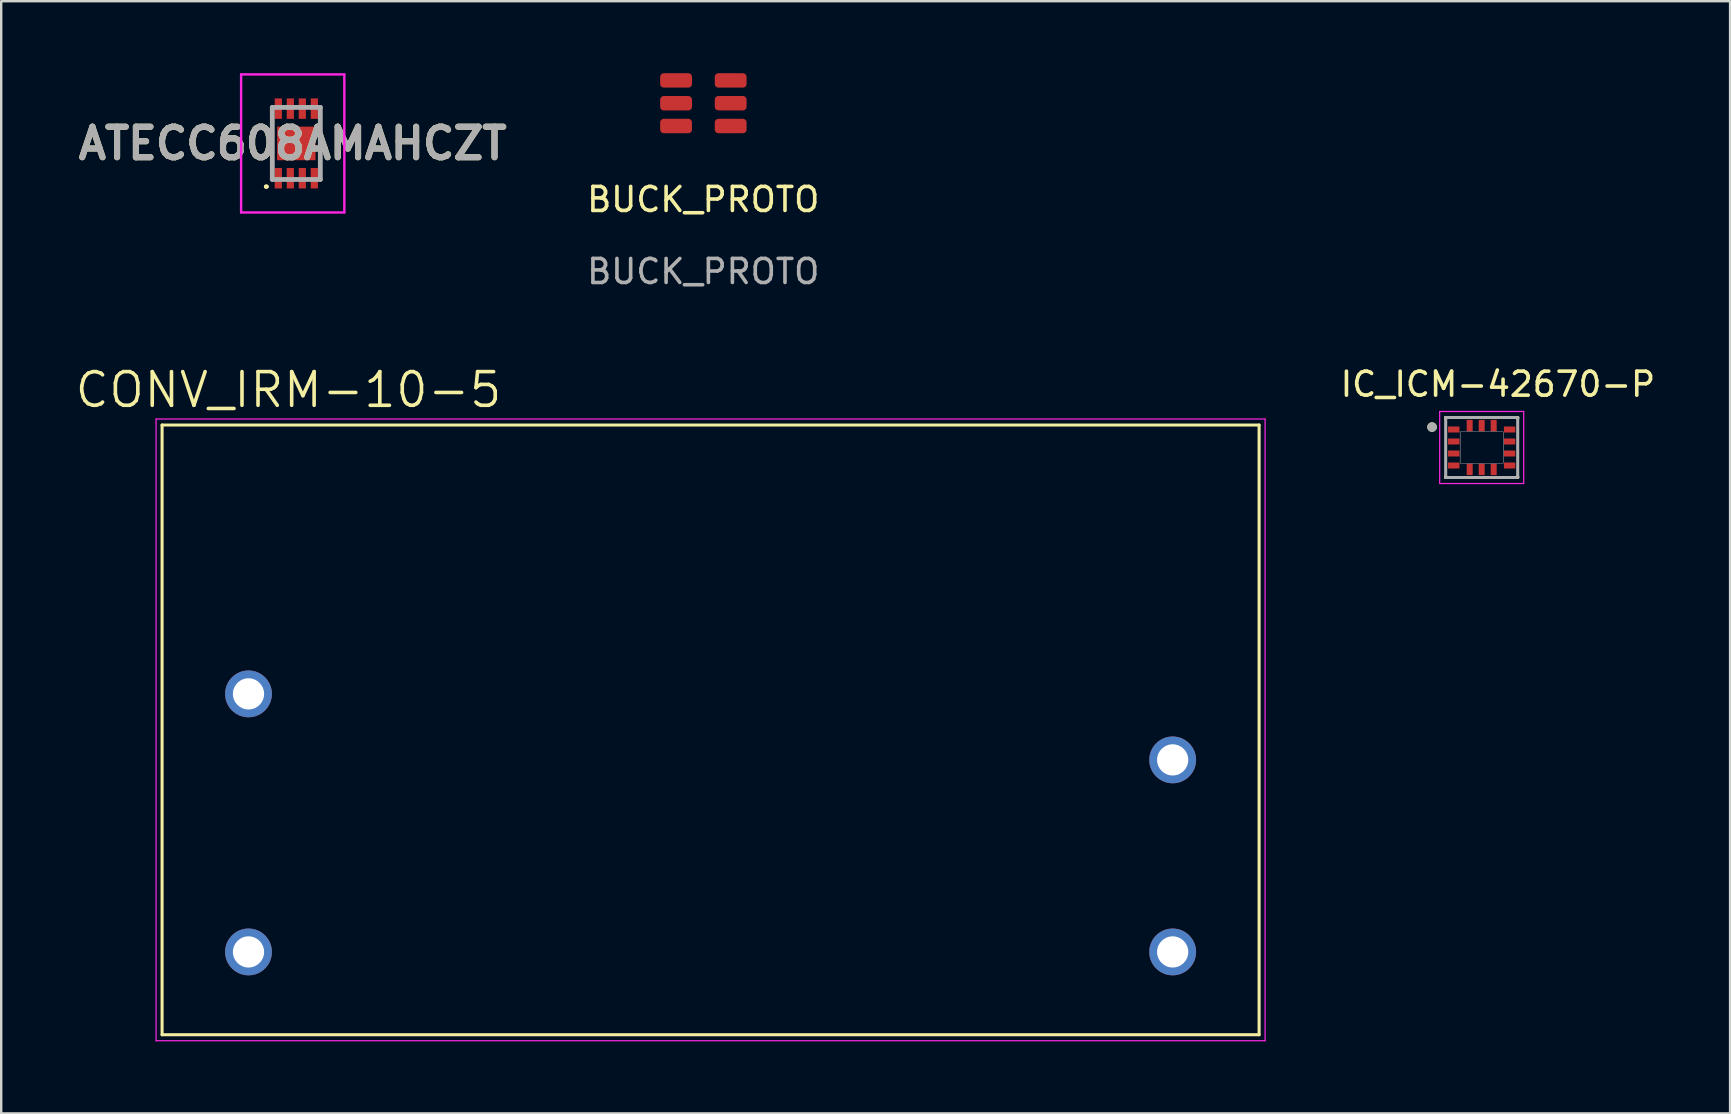
<source format=kicad_pcb>
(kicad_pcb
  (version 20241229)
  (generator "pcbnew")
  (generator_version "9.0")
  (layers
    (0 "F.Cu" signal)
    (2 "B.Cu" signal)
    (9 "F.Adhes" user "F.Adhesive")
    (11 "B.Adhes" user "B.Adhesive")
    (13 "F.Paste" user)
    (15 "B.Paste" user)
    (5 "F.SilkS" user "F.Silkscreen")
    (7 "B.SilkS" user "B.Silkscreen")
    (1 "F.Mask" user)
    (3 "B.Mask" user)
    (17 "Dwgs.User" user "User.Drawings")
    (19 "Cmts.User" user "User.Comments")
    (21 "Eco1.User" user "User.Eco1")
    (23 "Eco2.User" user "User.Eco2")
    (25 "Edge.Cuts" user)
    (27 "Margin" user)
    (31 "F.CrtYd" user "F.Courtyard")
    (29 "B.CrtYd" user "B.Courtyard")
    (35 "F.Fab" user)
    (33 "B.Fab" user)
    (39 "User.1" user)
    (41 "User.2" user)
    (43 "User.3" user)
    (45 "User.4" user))
  (footprint "BUCK_PROTO"
    (layer "F.Cu")
    (at 26.246 5.761)
    (property "Reference" "BUCK_PROTO" (at 0 -0.5 0) (unlocked yes) (layer "F.SilkS") (effects (font (size 1 1) (thickness 0.15))))
    (attr smd)
    (fp_text user "${REFERENCE}" (at 0 2.5 0) (unlocked yes) (layer "F.Fab") (effects (font (size 1 1) (thickness 0.15))))
    (pad "1" smd roundrect (at -1.132 -5.461) (size 1.325 0.6) (layers "F.Cu" "F.Mask" "F.Paste") (roundrect_rratio 0.25))
    (pad "2" smd roundrect (at -1.132 -4.511) (size 1.325 0.6) (layers "F.Cu" "F.Mask" "F.Paste") (roundrect_rratio 0.25))
    (pad "3" smd roundrect (at -1.132 -3.561) (size 1.325 0.6) (layers "F.Cu" "F.Mask" "F.Paste") (roundrect_rratio 0.25))
    (pad "4" smd roundrect (at 1.143 -3.561) (size 1.325 0.6) (layers "F.Cu" "F.Mask" "F.Paste") (roundrect_rratio 0.25))
    (pad "5" smd roundrect (at 1.143 -4.511) (size 1.325 0.6) (layers "F.Cu" "F.Mask" "F.Paste") (roundrect_rratio 0.25))
    (pad "6" smd roundrect (at 1.143 -5.461) (size 1.325 0.6) (layers "F.Cu" "F.Mask" "F.Paste") (roundrect_rratio 0.25)))
  (footprint "CONV_IRM-10-5"
    (layer "F.Cu")
    (at 26.552 27.356)
    (property "Reference" "CONV_IRM-10-5" (at -17.585 -14.164 0) (layer "F.SilkS") (effects (font (size 1.402 1.402) (thickness 0.15))))
    (attr through_hole)
    (fp_line (start -22.85 -12.7) (end 22.85 -12.7) (stroke (width 0.127) (type solid)) (layer "F.SilkS"))
    (fp_line (start -22.85 12.7) (end -22.85 -12.7) (stroke (width 0.127) (type solid)) (layer "F.SilkS"))
    (fp_line (start 22.85 -12.7) (end 22.85 12.7) (stroke (width 0.127) (type solid)) (layer "F.SilkS"))
    (fp_line (start 22.85 12.7) (end -22.85 12.7) (stroke (width 0.127) (type solid)) (layer "F.SilkS"))
    (fp_line (start -23.1 -12.95) (end 23.1 -12.95) (stroke (width 0.05) (type solid)) (layer "F.CrtYd"))
    (fp_line (start -23.1 12.95) (end -23.1 -12.95) (stroke (width 0.05) (type solid)) (layer "F.CrtYd"))
    (fp_line (start 23.1 -12.95) (end 23.1 12.95) (stroke (width 0.05) (type solid)) (layer "F.CrtYd"))
    (fp_line (start 23.1 12.95) (end -23.1 12.95) (stroke (width 0.05) (type solid)) (layer "F.CrtYd"))
    (pad "1" thru_hole circle (at -19.25 -1.5) (size 1.95 1.95) (drill 1.3) (layers "*.Cu" "*.Mask"))
    (pad "2" thru_hole circle (at -19.25 9.25) (size 1.95 1.95) (drill 1.3) (layers "*.Cu" "*.Mask"))
    (pad "3" thru_hole circle (at 19.25 9.25) (size 1.95 1.95) (drill 1.3) (layers "*.Cu" "*.Mask"))
    (pad "4" thru_hole circle (at 19.25 1.25) (size 1.95 1.95) (drill 1.3) (layers "*.Cu" "*.Mask")))
  (footprint "ATECC608AMAHCZT"
    (layer "F.Cu")
    (at 9.294 2.925)
    (property "Reference" "ATECC608AMAHCZT" (at -0.15 0 0) (layer "F.SilkS") (effects (font (size 1.27 1.27) (thickness 0.254))))
    (attr smd)
    (fp_line (start -1.3 1.8) (end -1.3 1.8) (stroke (width 0.1) (type solid)) (layer "F.SilkS"))
    (fp_line (start -1.2 1.8) (end -1.2 1.8) (stroke (width 0.1) (type solid)) (layer "F.SilkS"))
    (fp_line (start -1 -0.6) (end -1 0.8) (stroke (width 0.1) (type solid)) (layer "F.SilkS"))
    (fp_line (start 1 -0.6) (end 1 0.8) (stroke (width 0.1) (type solid)) (layer "F.SilkS"))
    (fp_arc (start -1.3 1.8) (mid -1.25 1.75) (end -1.2 1.8) (stroke (width 0.1) (type solid)) (layer "F.SilkS"))
    (fp_arc (start -1.2 1.8) (mid -1.25 1.85) (end -1.3 1.8) (stroke (width 0.1) (type solid)) (layer "F.SilkS"))
    (fp_line (start -2.3 -2.875) (end 2 -2.875) (stroke (width 0.1) (type solid)) (layer "F.CrtYd"))
    (fp_line (start -2.3 2.875) (end -2.3 -2.875) (stroke (width 0.1) (type solid)) (layer "F.CrtYd"))
    (fp_line (start 2 -2.875) (end 2 2.875) (stroke (width 0.1) (type solid)) (layer "F.CrtYd"))
    (fp_line (start 2 2.875) (end -2.3 2.875) (stroke (width 0.1) (type solid)) (layer "F.CrtYd"))
    (fp_line (start -1 -1.5) (end 1 -1.5) (stroke (width 0.2) (type solid)) (layer "F.Fab"))
    (fp_line (start -1 1.5) (end -1 -1.5) (stroke (width 0.2) (type solid)) (layer "F.Fab"))
    (fp_line (start 1 -1.5) (end 1 1.5) (stroke (width 0.2) (type solid)) (layer "F.Fab"))
    (fp_line (start 1 1.5) (end -1 1.5) (stroke (width 0.2) (type solid)) (layer "F.Fab"))
    (fp_text user "${REFERENCE}" (at -0.15 0 0) (layer "F.Fab") (effects (font (size 1.27 1.27) (thickness 0.254))))
    (pad "1" smd rect (at -0.75 1.45) (size 0.3 0.85) (layers "F.Cu" "F.Mask" "F.Paste"))
    (pad "2" smd rect (at -0.25 1.45) (size 0.3 0.85) (layers "F.Cu" "F.Mask" "F.Paste"))
    (pad "3" smd rect (at 0.25 1.45) (size 0.3 0.85) (layers "F.Cu" "F.Mask" "F.Paste"))
    (pad "4" smd rect (at 0.75 1.45) (size 0.3 0.85) (layers "F.Cu" "F.Mask" "F.Paste"))
    (pad "5" smd rect (at 0.75 -1.45) (size 0.3 0.85) (layers "F.Cu" "F.Mask" "F.Paste"))
    (pad "6" smd rect (at 0.25 -1.45) (size 0.3 0.85) (layers "F.Cu" "F.Mask" "F.Paste"))
    (pad "7" smd rect (at -0.25 -1.45) (size 0.3 0.85) (layers "F.Cu" "F.Mask" "F.Paste"))
    (pad "8" smd rect (at -0.75 -1.45) (size 0.3 0.85) (layers "F.Cu" "F.Mask" "F.Paste"))
    (pad "9" smd rect (at 0 0 90) (size 1.4 1.6) (layers "F.Cu" "F.Mask" "F.Paste")))
  (footprint "IC_ICM-42670-P"
    (layer "F.Cu")
    (at 58.675 15.592)
    (property "Reference" "IC_ICM-42670-P" (at 0.675 -2.635 0) (layer "F.SilkS") (effects (font (size 1 1) (thickness 0.15))))
    (attr through_hole)
    (fp_poly (pts (xy -1.45 -0.925) (xy -0.875 -0.925) (xy -0.875 -0.575) (xy -1.45 -0.575)) (stroke (width 0.01) (type solid)) (fill yes) (layer "F.Mask"))
    (fp_poly (pts (xy -1.45 -0.425) (xy -0.875 -0.425) (xy -0.875 -0.075) (xy -1.45 -0.075)) (stroke (width 0.01) (type solid)) (fill yes) (layer "F.Mask"))
    (fp_poly (pts (xy -1.45 0.075) (xy -0.875 0.075) (xy -0.875 0.425) (xy -1.45 0.425)) (stroke (width 0.01) (type solid)) (fill yes) (layer "F.Mask"))
    (fp_poly (pts (xy -1.45 0.575) (xy -0.875 0.575) (xy -0.875 0.925) (xy -1.45 0.925)) (stroke (width 0.01) (type solid)) (fill yes) (layer "F.Mask"))
    (fp_poly (pts (xy -0.675 -1.2) (xy -0.325 -1.2) (xy -0.325 -0.625) (xy -0.675 -0.625)) (stroke (width 0.01) (type solid)) (fill yes) (layer "F.Mask"))
    (fp_poly (pts (xy -0.675 0.625) (xy -0.325 0.625) (xy -0.325 1.2) (xy -0.675 1.2)) (stroke (width 0.01) (type solid)) (fill yes) (layer "F.Mask"))
    (fp_poly (pts (xy -0.175 -1.2) (xy 0.175 -1.2) (xy 0.175 -0.625) (xy -0.175 -0.625)) (stroke (width 0.01) (type solid)) (fill yes) (layer "F.Mask"))
    (fp_poly (pts (xy -0.175 0.625) (xy 0.175 0.625) (xy 0.175 1.2) (xy -0.175 1.2)) (stroke (width 0.01) (type solid)) (fill yes) (layer "F.Mask"))
    (fp_poly (pts (xy 0.325 -1.2) (xy 0.675 -1.2) (xy 0.675 -0.625) (xy 0.325 -0.625)) (stroke (width 0.01) (type solid)) (fill yes) (layer "F.Mask"))
    (fp_poly (pts (xy 0.325 0.625) (xy 0.675 0.625) (xy 0.675 1.2) (xy 0.325 1.2)) (stroke (width 0.01) (type solid)) (fill yes) (layer "F.Mask"))
    (fp_poly (pts (xy 0.875 -0.925) (xy 1.45 -0.925) (xy 1.45 -0.575) (xy 0.875 -0.575)) (stroke (width 0.01) (type solid)) (fill yes) (layer "F.Mask"))
    (fp_poly (pts (xy 0.875 -0.425) (xy 1.45 -0.425) (xy 1.45 -0.075) (xy 0.875 -0.075)) (stroke (width 0.01) (type solid)) (fill yes) (layer "F.Mask"))
    (fp_poly (pts (xy 0.875 0.075) (xy 1.45 0.075) (xy 1.45 0.425) (xy 0.875 0.425)) (stroke (width 0.01) (type solid)) (fill yes) (layer "F.Mask"))
    (fp_poly (pts (xy 0.875 0.575) (xy 1.45 0.575) (xy 1.45 0.925) (xy 0.875 0.925)) (stroke (width 0.01) (type solid)) (fill yes) (layer "F.Mask"))
    (fp_line (start -1.5 -1.25) (end -1.5 -1.195) (stroke (width 0.127) (type solid)) (layer "F.SilkS"))
    (fp_line (start -1.5 -1.25) (end -0.945 -1.25) (stroke (width 0.127) (type solid)) (layer "F.SilkS"))
    (fp_line (start -1.5 1.25) (end -1.5 1.195) (stroke (width 0.127) (type solid)) (layer "F.SilkS"))
    (fp_line (start -0.945 1.25) (end -1.5 1.25) (stroke (width 0.127) (type solid)) (layer "F.SilkS"))
    (fp_line (start 0.945 -1.25) (end 1.5 -1.25) (stroke (width 0.127) (type solid)) (layer "F.SilkS"))
    (fp_line (start 1.5 -1.25) (end 1.5 -1.195) (stroke (width 0.127) (type solid)) (layer "F.SilkS"))
    (fp_line (start 1.5 1.25) (end 0.945 1.25) (stroke (width 0.127) (type solid)) (layer "F.SilkS"))
    (fp_line (start 1.5 1.25) (end 1.5 1.195) (stroke (width 0.127) (type solid)) (layer "F.SilkS"))
    (fp_circle (center -2.069 -0.85) (end -1.969 -0.85) (stroke (width 0.2) (type solid)) (fill no) (layer "F.SilkS"))
    (fp_poly (pts (xy -0.9 -0.65) (xy 0.9 -0.65) (xy 0.9 0.65) (xy -0.9 0.65)) (stroke (width 0.01) (type solid)) (fill no) (layer "Dwgs.User"))
    (fp_poly (pts (xy -0.9 -0.65) (xy 0.9 -0.65) (xy 0.9 0.65) (xy -0.9 0.65)) (stroke (width 0.01) (type solid)) (fill no) (layer "Dwgs.User"))
    (fp_line (start -1.75 -1.5) (end -1.75 1.5) (stroke (width 0.05) (type solid)) (layer "F.CrtYd"))
    (fp_line (start -1.75 1.5) (end 1.75 1.5) (stroke (width 0.05) (type solid)) (layer "F.CrtYd"))
    (fp_line (start 1.75 -1.5) (end -1.75 -1.5) (stroke (width 0.05) (type solid)) (layer "F.CrtYd"))
    (fp_line (start 1.75 1.5) (end 1.75 -1.5) (stroke (width 0.05) (type solid)) (layer "F.CrtYd"))
    (fp_line (start -1.5 -1.25) (end 1.5 -1.25) (stroke (width 0.127) (type solid)) (layer "F.Fab"))
    (fp_line (start -1.5 1.25) (end -1.5 -1.25) (stroke (width 0.127) (type solid)) (layer "F.Fab"))
    (fp_line (start 1.5 -1.25) (end 1.5 1.25) (stroke (width 0.127) (type solid)) (layer "F.Fab"))
    (fp_line (start 1.5 1.25) (end -1.5 1.25) (stroke (width 0.127) (type solid)) (layer "F.Fab"))
    (fp_circle (center -2.069 -0.85) (end -1.969 -0.85) (stroke (width 0.2) (type solid)) (fill no) (layer "F.Fab"))
    (pad "1" smd rect (at -1.163 -0.75) (size 0.475 0.25) (layers "F.Cu" "F.Paste"))
    (pad "2" smd rect (at -1.163 -0.25) (size 0.475 0.25) (layers "F.Cu" "F.Paste"))
    (pad "3" smd rect (at -1.163 0.25) (size 0.475 0.25) (layers "F.Cu" "F.Paste"))
    (pad "4" smd rect (at -1.163 0.75) (size 0.475 0.25) (layers "F.Cu" "F.Paste"))
    (pad "5" smd rect (at -0.5 0.912) (size 0.25 0.475) (layers "F.Cu" "F.Paste"))
    (pad "6" smd rect (at 0 0.912) (size 0.25 0.475) (layers "F.Cu" "F.Paste"))
    (pad "7" smd rect (at 0.5 0.912) (size 0.25 0.475) (layers "F.Cu" "F.Paste"))
    (pad "8" smd rect (at 1.163 0.75) (size 0.475 0.25) (layers "F.Cu" "F.Paste"))
    (pad "9" smd rect (at 1.163 0.25) (size 0.475 0.25) (layers "F.Cu" "F.Paste"))
    (pad "10" smd rect (at 1.163 -0.25) (size 0.475 0.25) (layers "F.Cu" "F.Paste"))
    (pad "11" smd rect (at 1.163 -0.75) (size 0.475 0.25) (layers "F.Cu" "F.Paste"))
    (pad "12" smd rect (at 0.5 -0.912) (size 0.25 0.475) (layers "F.Cu" "F.Paste"))
    (pad "13" smd rect (at 0 -0.912) (size 0.25 0.475) (layers "F.Cu" "F.Paste"))
    (pad "14" smd rect (at -0.5 -0.912) (size 0.25 0.475) (layers "F.Cu" "F.Paste")))
  (gr_rect
    (start -3 -3)
    (end 69.022 43.331)
    (stroke (width 0.1) (type default))
    (fill no)
    (layer "Edge.Cuts")))
</source>
